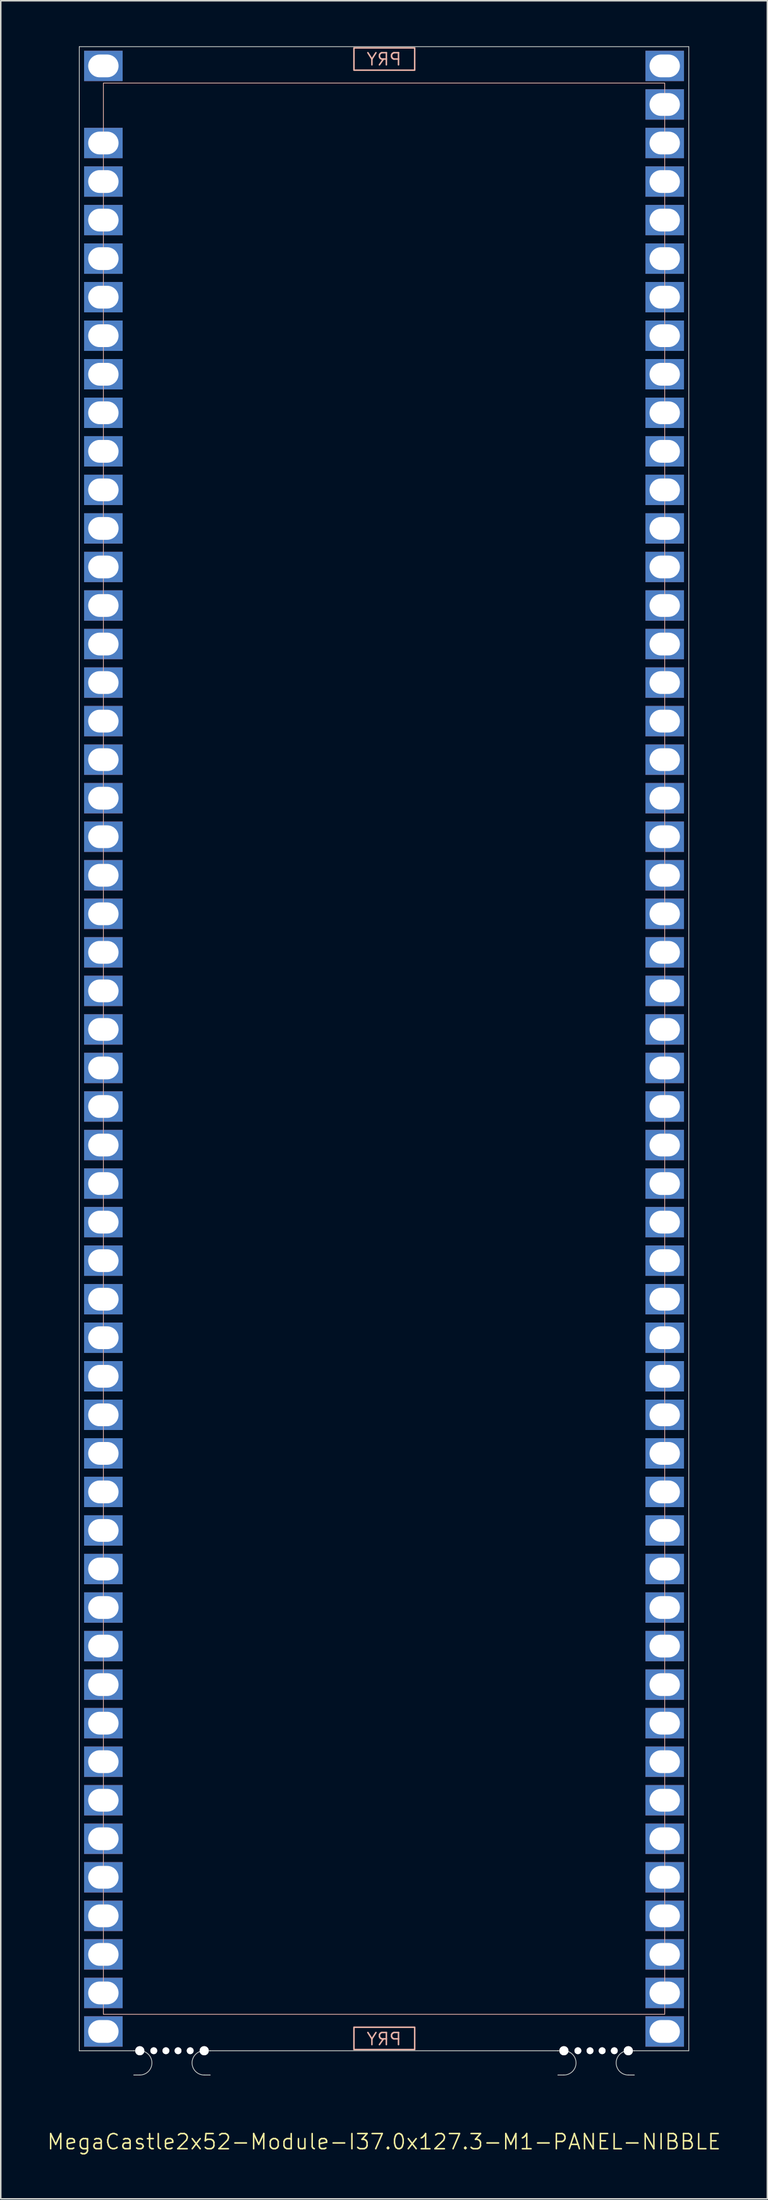
<source format=kicad_pcb>
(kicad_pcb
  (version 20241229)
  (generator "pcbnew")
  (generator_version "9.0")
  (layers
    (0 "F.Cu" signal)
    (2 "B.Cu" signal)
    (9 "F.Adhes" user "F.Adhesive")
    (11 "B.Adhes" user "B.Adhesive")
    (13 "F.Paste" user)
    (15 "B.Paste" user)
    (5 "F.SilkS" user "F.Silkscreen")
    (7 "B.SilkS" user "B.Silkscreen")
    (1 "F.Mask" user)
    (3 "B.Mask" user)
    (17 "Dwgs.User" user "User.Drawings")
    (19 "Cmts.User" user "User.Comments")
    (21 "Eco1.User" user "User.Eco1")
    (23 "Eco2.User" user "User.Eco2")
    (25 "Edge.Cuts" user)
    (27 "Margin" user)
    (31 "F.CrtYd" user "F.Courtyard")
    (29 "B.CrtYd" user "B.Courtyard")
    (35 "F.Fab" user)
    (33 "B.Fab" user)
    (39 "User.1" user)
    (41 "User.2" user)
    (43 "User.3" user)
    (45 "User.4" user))
  (footprint "MegaCastle2x52-Module-I37.0x127.3-M1-PANEL-NIBBLE"
    (layer "F.Cu")
    (at 22.264 66.065)
    (property "Reference" "MegaCastle2x52-Module-I37.0x127.3-M1-PANEL-NIBBLE" (at 0 72.04 0) (unlocked yes) (layer "F.SilkS") (effects (font (size 1 1) (thickness 0.1))))
    (attr smd)
    (fp_rect (start -18.5 63.64) (end 18.5 -63.64) (stroke (width 0.05) (type default)) (fill no) (layer "B.SilkS"))
    (fp_rect (start -1.984 -64.491) (end 2.02 -65.96) (stroke (width 0.1) (type default)) (fill no) (layer "B.SilkS"))
    (fp_rect (start -1.984 64.491) (end 2.02 65.96) (stroke (width 0.1) (type default)) (fill no) (layer "B.SilkS"))
    (fp_line (start -20.087 -66.04) (end -20.087 66.04) (stroke (width 0.05) (type default)) (layer "Edge.Cuts"))
    (fp_line (start -20.087 -66.04) (end 20.087 -66.04) (stroke (width 0.05) (type default)) (layer "Edge.Cuts"))
    (fp_line (start -20.087 66.04) (end -16.5 66.04) (stroke (width 0.05) (type default)) (layer "Edge.Cuts"))
    (fp_line (start -16.5 66.04) (end -16.1 66.04) (stroke (width 0.05) (type default)) (layer "Edge.Cuts"))
    (fp_line (start -16.5 67.64) (end -16.1 67.64) (stroke (width 0.05) (type default)) (layer "Edge.Cuts"))
    (fp_line (start -11.455 66.04) (end -11.855 66.04) (stroke (width 0.05) (type default)) (layer "Edge.Cuts"))
    (fp_line (start -11.455 66.04) (end 11.455 66.04) (stroke (width 0.05) (type default)) (layer "Edge.Cuts"))
    (fp_line (start -11.455 67.64) (end -11.855 67.64) (stroke (width 0.05) (type default)) (layer "Edge.Cuts"))
    (fp_line (start 11.455 66.04) (end 11.855 66.04) (stroke (width 0.05) (type default)) (layer "Edge.Cuts"))
    (fp_line (start 11.455 67.64) (end 11.855 67.64) (stroke (width 0.05) (type default)) (layer "Edge.Cuts"))
    (fp_line (start 16.5 66.04) (end 16.1 66.04) (stroke (width 0.05) (type default)) (layer "Edge.Cuts"))
    (fp_line (start 16.5 66.04) (end 20.087 66.04) (stroke (width 0.05) (type default)) (layer "Edge.Cuts"))
    (fp_line (start 16.5 67.64) (end 16.1 67.64) (stroke (width 0.05) (type default)) (layer "Edge.Cuts"))
    (fp_line (start 20.087 -66.04) (end 20.087 66.04) (stroke (width 0.05) (type default)) (layer "Edge.Cuts"))
    (fp_arc (start -16.1 66.040001) (mid -15.3 66.839996) (end -16.1 67.639999) (stroke (width 0.05) (type default)) (layer "Edge.Cuts"))
    (fp_arc (start -11.855 67.639999) (mid -12.655 66.84) (end -11.855 66.040001) (stroke (width 0.05) (type default)) (layer "Edge.Cuts"))
    (fp_arc (start 11.855 66.040001) (mid 12.655 66.839996) (end 11.855 67.639999) (stroke (width 0.05) (type default)) (layer "Edge.Cuts"))
    (fp_arc (start 16.1 67.639999) (mid 15.300001 66.84) (end 16.1 66.040001) (stroke (width 0.05) (type default)) (layer "Edge.Cuts"))
    (fp_text user "PRY" (at 0 65.74 0) (unlocked yes) (layer "B.SilkS") (effects (font (size 0.8 0.8) (thickness 0.1)) (justify bottom mirror)))
    (fp_text user "PRY" (at 0 -64.74 0) (unlocked yes) (layer "B.SilkS") (effects (font (size 0.8 0.8) (thickness 0.1)) (justify bottom mirror)))
    (pad "" np_thru_hole circle (at -16.1 66.04) (size 0.6 0.6) (drill 0.6) (layers "*.Cu" "Edge.Cuts"))
    (pad "" np_thru_hole circle (at -15.178 66.04) (size 0.45 0.45) (drill 0.45) (layers "*.Cu" "Edge.Cuts"))
    (pad "" np_thru_hole circle (at -14.378 66.04) (size 0.45 0.45) (drill 0.45) (layers "*.Cu" "Edge.Cuts"))
    (pad "" np_thru_hole circle (at -13.578 66.04) (size 0.45 0.45) (drill 0.45) (layers "*.Cu" "Edge.Cuts"))
    (pad "" np_thru_hole circle (at -12.777 66.04) (size 0.45 0.45) (drill 0.45) (layers "*.Cu" "Edge.Cuts"))
    (pad "" np_thru_hole circle (at -11.855 66.04) (size 0.6 0.6) (drill 0.6) (layers "*.Cu" "Edge.Cuts"))
    (pad "" np_thru_hole circle (at 11.855 66.04) (size 0.6 0.6) (drill 0.6) (layers "*.Cu" "Edge.Cuts"))
    (pad "" np_thru_hole circle (at 12.777 66.04) (size 0.45 0.45) (drill 0.45) (layers "*.Cu" "Edge.Cuts"))
    (pad "" np_thru_hole circle (at 13.577 66.04) (size 0.45 0.45) (drill 0.45) (layers "*.Cu" "Edge.Cuts"))
    (pad "" np_thru_hole circle (at 14.377 66.04) (size 0.45 0.45) (drill 0.45) (layers "*.Cu" "Edge.Cuts"))
    (pad "" np_thru_hole circle (at 15.178 66.04) (size 0.45 0.45) (drill 0.45) (layers "*.Cu" "Edge.Cuts"))
    (pad "" np_thru_hole circle (at 16.1 66.04) (size 0.6 0.6) (drill 0.6) (layers "*.Cu" "Edge.Cuts"))
    (pad "1" thru_hole rect (at -18.5 -64.77) (size 2.54 2) (drill oval 2 1.5) (property pad_prop_castellated) (layers "*.Cu" "*.Mask"))
    (pad "3" thru_hole rect (at -18.5 -59.69) (size 2.54 2) (drill oval 2 1.5) (property pad_prop_castellated) (layers "*.Cu" "*.Mask"))
    (pad "4" thru_hole rect (at -18.5 -57.15) (size 2.54 2) (drill oval 2 1.5) (property pad_prop_castellated) (layers "*.Cu" "*.Mask"))
    (pad "5" thru_hole rect (at -18.5 -54.61) (size 2.54 2) (drill oval 2 1.5) (property pad_prop_castellated) (layers "*.Cu" "*.Mask"))
    (pad "6" thru_hole rect (at -18.5 -52.07) (size 2.54 2) (drill oval 2 1.5) (property pad_prop_castellated) (layers "*.Cu" "*.Mask"))
    (pad "7" thru_hole rect (at -18.5 -49.53) (size 2.54 2) (drill oval 2 1.5) (property pad_prop_castellated) (layers "*.Cu" "*.Mask"))
    (pad "8" thru_hole rect (at -18.5 -46.99) (size 2.54 2) (drill oval 2 1.5) (property pad_prop_castellated) (layers "*.Cu" "*.Mask"))
    (pad "9" thru_hole rect (at -18.5 -44.45) (size 2.54 2) (drill oval 2 1.5) (property pad_prop_castellated) (layers "*.Cu" "*.Mask"))
    (pad "10" thru_hole rect (at -18.5 -41.91) (size 2.54 2) (drill oval 2 1.5) (property pad_prop_castellated) (layers "*.Cu" "*.Mask"))
    (pad "11" thru_hole rect (at -18.5 -39.37) (size 2.54 2) (drill oval 2 1.5) (property pad_prop_castellated) (layers "*.Cu" "*.Mask"))
    (pad "12" thru_hole rect (at -18.5 -36.83) (size 2.54 2) (drill oval 2 1.5) (property pad_prop_castellated) (layers "*.Cu" "*.Mask"))
    (pad "13" thru_hole rect (at -18.5 -34.29) (size 2.54 2) (drill oval 2 1.5) (property pad_prop_castellated) (layers "*.Cu" "*.Mask"))
    (pad "14" thru_hole rect (at -18.5 -31.75) (size 2.54 2) (drill oval 2 1.5) (property pad_prop_castellated) (layers "*.Cu" "*.Mask"))
    (pad "15" thru_hole rect (at -18.5 -29.21) (size 2.54 2) (drill oval 2 1.5) (property pad_prop_castellated) (layers "*.Cu" "*.Mask"))
    (pad "16" thru_hole rect (at -18.5 -26.67) (size 2.54 2) (drill oval 2 1.5) (property pad_prop_castellated) (layers "*.Cu" "*.Mask"))
    (pad "17" thru_hole rect (at -18.5 -24.13) (size 2.54 2) (drill oval 2 1.5) (property pad_prop_castellated) (layers "*.Cu" "*.Mask"))
    (pad "18" thru_hole rect (at -18.5 -21.59) (size 2.54 2) (drill oval 2 1.5) (property pad_prop_castellated) (layers "*.Cu" "*.Mask"))
    (pad "19" thru_hole rect (at -18.5 -19.05) (size 2.54 2) (drill oval 2 1.5) (property pad_prop_castellated) (layers "*.Cu" "*.Mask"))
    (pad "20" thru_hole rect (at -18.5 -16.51) (size 2.54 2) (drill oval 2 1.5) (property pad_prop_castellated) (layers "*.Cu" "*.Mask"))
    (pad "21" thru_hole rect (at -18.5 -13.97) (size 2.54 2) (drill oval 2 1.5) (property pad_prop_castellated) (layers "*.Cu" "*.Mask"))
    (pad "22" thru_hole rect (at -18.5 -11.43) (size 2.54 2) (drill oval 2 1.5) (property pad_prop_castellated) (layers "*.Cu" "*.Mask"))
    (pad "23" thru_hole rect (at -18.5 -8.89) (size 2.54 2) (drill oval 2 1.5) (property pad_prop_castellated) (layers "*.Cu" "*.Mask"))
    (pad "24" thru_hole rect (at -18.5 -6.35) (size 2.54 2) (drill oval 2 1.5) (property pad_prop_castellated) (layers "*.Cu" "*.Mask"))
    (pad "25" thru_hole rect (at -18.5 -3.81) (size 2.54 2) (drill oval 2 1.5) (property pad_prop_castellated) (layers "*.Cu" "*.Mask"))
    (pad "26" thru_hole rect (at -18.5 -1.27) (size 2.54 2) (drill oval 2 1.5) (property pad_prop_castellated) (layers "*.Cu" "*.Mask"))
    (pad "27" thru_hole rect (at -18.5 1.27) (size 2.54 2) (drill oval 2 1.5) (property pad_prop_castellated) (layers "*.Cu" "*.Mask"))
    (pad "28" thru_hole rect (at -18.5 3.81) (size 2.54 2) (drill oval 2 1.5) (property pad_prop_castellated) (layers "*.Cu" "*.Mask"))
    (pad "29" thru_hole rect (at -18.5 6.35) (size 2.54 2) (drill oval 2 1.5) (property pad_prop_castellated) (layers "*.Cu" "*.Mask"))
    (pad "30" thru_hole rect (at -18.5 8.89) (size 2.54 2) (drill oval 2 1.5) (property pad_prop_castellated) (layers "*.Cu" "*.Mask"))
    (pad "31" thru_hole rect (at -18.5 11.43) (size 2.54 2) (drill oval 2 1.5) (property pad_prop_castellated) (layers "*.Cu" "*.Mask"))
    (pad "32" thru_hole rect (at -18.5 13.97) (size 2.54 2) (drill oval 2 1.5) (property pad_prop_castellated) (layers "*.Cu" "*.Mask"))
    (pad "33" thru_hole rect (at -18.5 16.51) (size 2.54 2) (drill oval 2 1.5) (property pad_prop_castellated) (layers "*.Cu" "*.Mask"))
    (pad "34" thru_hole rect (at -18.5 19.05) (size 2.54 2) (drill oval 2 1.5) (property pad_prop_castellated) (layers "*.Cu" "*.Mask"))
    (pad "35" thru_hole rect (at -18.5 21.59) (size 2.54 2) (drill oval 2 1.5) (property pad_prop_castellated) (layers "*.Cu" "*.Mask"))
    (pad "36" thru_hole rect (at -18.5 24.13) (size 2.54 2) (drill oval 2 1.5) (property pad_prop_castellated) (layers "*.Cu" "*.Mask"))
    (pad "37" thru_hole rect (at -18.5 26.67) (size 2.54 2) (drill oval 2 1.5) (property pad_prop_castellated) (layers "*.Cu" "*.Mask"))
    (pad "38" thru_hole rect (at -18.5 29.21) (size 2.54 2) (drill oval 2 1.5) (property pad_prop_castellated) (layers "*.Cu" "*.Mask"))
    (pad "39" thru_hole rect (at -18.5 31.75) (size 2.54 2) (drill oval 2 1.5) (property pad_prop_castellated) (layers "*.Cu" "*.Mask"))
    (pad "40" thru_hole rect (at -18.5 34.29) (size 2.54 2) (drill oval 2 1.5) (property pad_prop_castellated) (layers "*.Cu" "*.Mask"))
    (pad "41" thru_hole rect (at -18.5 36.83) (size 2.54 2) (drill oval 2 1.5) (property pad_prop_castellated) (layers "*.Cu" "*.Mask"))
    (pad "42" thru_hole rect (at -18.5 39.37) (size 2.54 2) (drill oval 2 1.5) (property pad_prop_castellated) (layers "*.Cu" "*.Mask"))
    (pad "43" thru_hole rect (at -18.5 41.91) (size 2.54 2) (drill oval 2 1.5) (property pad_prop_castellated) (layers "*.Cu" "*.Mask"))
    (pad "44" thru_hole rect (at -18.5 44.45) (size 2.54 2) (drill oval 2 1.5) (property pad_prop_castellated) (layers "*.Cu" "*.Mask"))
    (pad "45" thru_hole rect (at -18.5 46.99) (size 2.54 2) (drill oval 2 1.5) (property pad_prop_castellated) (layers "*.Cu" "*.Mask"))
    (pad "46" thru_hole rect (at -18.5 49.53) (size 2.54 2) (drill oval 2 1.5) (property pad_prop_castellated) (layers "*.Cu" "*.Mask"))
    (pad "47" thru_hole rect (at -18.5 52.07) (size 2.54 2) (drill oval 2 1.5) (property pad_prop_castellated) (layers "*.Cu" "*.Mask"))
    (pad "48" thru_hole rect (at -18.5 54.61) (size 2.54 2) (drill oval 2 1.5) (property pad_prop_castellated) (layers "*.Cu" "*.Mask"))
    (pad "49" thru_hole rect (at -18.5 57.15) (size 2.54 2) (drill oval 2 1.5) (property pad_prop_castellated) (layers "*.Cu" "*.Mask"))
    (pad "50" thru_hole rect (at -18.5 59.69) (size 2.54 2) (drill oval 2 1.5) (property pad_prop_castellated) (layers "*.Cu" "*.Mask"))
    (pad "51" thru_hole rect (at -18.5 62.23) (size 2.54 2) (drill oval 2 1.5) (property pad_prop_castellated) (layers "*.Cu" "*.Mask"))
    (pad "52" thru_hole rect (at -18.5 64.77) (size 2.54 2) (drill oval 2 1.5) (property pad_prop_castellated) (layers "*.Cu" "*.Mask"))
    (pad "53" thru_hole rect (at 18.5 -64.77) (size 2.54 2) (drill oval 2 1.5) (property pad_prop_castellated) (layers "*.Cu" "*.Mask"))
    (pad "54" thru_hole rect (at 18.5 -62.23) (size 2.54 2) (drill oval 2 1.5) (property pad_prop_castellated) (layers "*.Cu" "*.Mask"))
    (pad "55" thru_hole rect (at 18.5 -59.69) (size 2.54 2) (drill oval 2 1.5) (property pad_prop_castellated) (layers "*.Cu" "*.Mask"))
    (pad "56" thru_hole rect (at 18.5 -57.15) (size 2.54 2) (drill oval 2 1.5) (property pad_prop_castellated) (layers "*.Cu" "*.Mask"))
    (pad "57" thru_hole rect (at 18.5 -54.61) (size 2.54 2) (drill oval 2 1.5) (property pad_prop_castellated) (layers "*.Cu" "*.Mask"))
    (pad "58" thru_hole rect (at 18.5 -52.07) (size 2.54 2) (drill oval 2 1.5) (property pad_prop_castellated) (layers "*.Cu" "*.Mask"))
    (pad "59" thru_hole rect (at 18.5 -49.53) (size 2.54 2) (drill oval 2 1.5) (property pad_prop_castellated) (layers "*.Cu" "*.Mask"))
    (pad "60" thru_hole rect (at 18.5 -46.99) (size 2.54 2) (drill oval 2 1.5) (property pad_prop_castellated) (layers "*.Cu" "*.Mask"))
    (pad "61" thru_hole rect (at 18.5 -44.45) (size 2.54 2) (drill oval 2 1.5) (property pad_prop_castellated) (layers "*.Cu" "*.Mask"))
    (pad "62" thru_hole rect (at 18.5 -41.91) (size 2.54 2) (drill oval 2 1.5) (property pad_prop_castellated) (layers "*.Cu" "*.Mask"))
    (pad "63" thru_hole rect (at 18.5 -39.37) (size 2.54 2) (drill oval 2 1.5) (property pad_prop_castellated) (layers "*.Cu" "*.Mask"))
    (pad "64" thru_hole rect (at 18.5 -36.83) (size 2.54 2) (drill oval 2 1.5) (property pad_prop_castellated) (layers "*.Cu" "*.Mask"))
    (pad "65" thru_hole rect (at 18.5 -34.29) (size 2.54 2) (drill oval 2 1.5) (property pad_prop_castellated) (layers "*.Cu" "*.Mask"))
    (pad "66" thru_hole rect (at 18.5 -31.75) (size 2.54 2) (drill oval 2 1.5) (property pad_prop_castellated) (layers "*.Cu" "*.Mask"))
    (pad "67" thru_hole rect (at 18.5 -29.21) (size 2.54 2) (drill oval 2 1.5) (property pad_prop_castellated) (layers "*.Cu" "*.Mask"))
    (pad "68" thru_hole rect (at 18.5 -26.67) (size 2.54 2) (drill oval 2 1.5) (property pad_prop_castellated) (layers "*.Cu" "*.Mask"))
    (pad "69" thru_hole rect (at 18.5 -24.13) (size 2.54 2) (drill oval 2 1.5) (property pad_prop_castellated) (layers "*.Cu" "*.Mask"))
    (pad "70" thru_hole rect (at 18.5 -21.59) (size 2.54 2) (drill oval 2 1.5) (property pad_prop_castellated) (layers "*.Cu" "*.Mask"))
    (pad "71" thru_hole rect (at 18.5 -19.05) (size 2.54 2) (drill oval 2 1.5) (property pad_prop_castellated) (layers "*.Cu" "*.Mask"))
    (pad "72" thru_hole rect (at 18.5 -16.51) (size 2.54 2) (drill oval 2 1.5) (property pad_prop_castellated) (layers "*.Cu" "*.Mask"))
    (pad "73" thru_hole rect (at 18.5 -13.97) (size 2.54 2) (drill oval 2 1.5) (property pad_prop_castellated) (layers "*.Cu" "*.Mask"))
    (pad "74" thru_hole rect (at 18.5 -11.43) (size 2.54 2) (drill oval 2 1.5) (property pad_prop_castellated) (layers "*.Cu" "*.Mask"))
    (pad "75" thru_hole rect (at 18.5 -8.89) (size 2.54 2) (drill oval 2 1.5) (property pad_prop_castellated) (layers "*.Cu" "*.Mask"))
    (pad "76" thru_hole rect (at 18.5 -6.35) (size 2.54 2) (drill oval 2 1.5) (property pad_prop_castellated) (layers "*.Cu" "*.Mask"))
    (pad "77" thru_hole rect (at 18.5 -3.81) (size 2.54 2) (drill oval 2 1.5) (property pad_prop_castellated) (layers "*.Cu" "*.Mask"))
    (pad "78" thru_hole rect (at 18.5 -1.27) (size 2.54 2) (drill oval 2 1.5) (property pad_prop_castellated) (layers "*.Cu" "*.Mask"))
    (pad "79" thru_hole rect (at 18.5 1.27) (size 2.54 2) (drill oval 2 1.5) (property pad_prop_castellated) (layers "*.Cu" "*.Mask"))
    (pad "80" thru_hole rect (at 18.5 3.81) (size 2.54 2) (drill oval 2 1.5) (property pad_prop_castellated) (layers "*.Cu" "*.Mask"))
    (pad "81" thru_hole rect (at 18.5 6.35) (size 2.54 2) (drill oval 2 1.5) (property pad_prop_castellated) (layers "*.Cu" "*.Mask"))
    (pad "82" thru_hole rect (at 18.5 8.89) (size 2.54 2) (drill oval 2 1.5) (property pad_prop_castellated) (layers "*.Cu" "*.Mask"))
    (pad "83" thru_hole rect (at 18.5 11.43) (size 2.54 2) (drill oval 2 1.5) (property pad_prop_castellated) (layers "*.Cu" "*.Mask"))
    (pad "84" thru_hole rect (at 18.5 13.97) (size 2.54 2) (drill oval 2 1.5) (property pad_prop_castellated) (layers "*.Cu" "*.Mask"))
    (pad "85" thru_hole rect (at 18.5 16.51) (size 2.54 2) (drill oval 2 1.5) (property pad_prop_castellated) (layers "*.Cu" "*.Mask"))
    (pad "86" thru_hole rect (at 18.5 19.05) (size 2.54 2) (drill oval 2 1.5) (property pad_prop_castellated) (layers "*.Cu" "*.Mask"))
    (pad "87" thru_hole rect (at 18.5 21.59) (size 2.54 2) (drill oval 2 1.5) (property pad_prop_castellated) (layers "*.Cu" "*.Mask"))
    (pad "88" thru_hole rect (at 18.5 24.13) (size 2.54 2) (drill oval 2 1.5) (property pad_prop_castellated) (layers "*.Cu" "*.Mask"))
    (pad "89" thru_hole rect (at 18.5 26.67) (size 2.54 2) (drill oval 2 1.5) (property pad_prop_castellated) (layers "*.Cu" "*.Mask"))
    (pad "90" thru_hole rect (at 18.5 29.21) (size 2.54 2) (drill oval 2 1.5) (property pad_prop_castellated) (layers "*.Cu" "*.Mask"))
    (pad "91" thru_hole rect (at 18.5 31.75) (size 2.54 2) (drill oval 2 1.5) (property pad_prop_castellated) (layers "*.Cu" "*.Mask"))
    (pad "92" thru_hole rect (at 18.5 34.29) (size 2.54 2) (drill oval 2 1.5) (property pad_prop_castellated) (layers "*.Cu" "*.Mask"))
    (pad "93" thru_hole rect (at 18.5 36.83) (size 2.54 2) (drill oval 2 1.5) (property pad_prop_castellated) (layers "*.Cu" "*.Mask"))
    (pad "94" thru_hole rect (at 18.5 39.37) (size 2.54 2) (drill oval 2 1.5) (property pad_prop_castellated) (layers "*.Cu" "*.Mask"))
    (pad "95" thru_hole rect (at 18.5 41.91) (size 2.54 2) (drill oval 2 1.5) (property pad_prop_castellated) (layers "*.Cu" "*.Mask"))
    (pad "96" thru_hole rect (at 18.5 44.45) (size 2.54 2) (drill oval 2 1.5) (property pad_prop_castellated) (layers "*.Cu" "*.Mask"))
    (pad "97" thru_hole rect (at 18.5 46.99) (size 2.54 2) (drill oval 2 1.5) (property pad_prop_castellated) (layers "*.Cu" "*.Mask"))
    (pad "98" thru_hole rect (at 18.5 49.53) (size 2.54 2) (drill oval 2 1.5) (property pad_prop_castellated) (layers "*.Cu" "*.Mask"))
    (pad "99" thru_hole rect (at 18.5 52.07) (size 2.54 2) (drill oval 2 1.5) (property pad_prop_castellated) (layers "*.Cu" "*.Mask"))
    (pad "100" thru_hole rect (at 18.5 54.61) (size 2.54 2) (drill oval 2 1.5) (property pad_prop_castellated) (layers "*.Cu" "*.Mask"))
    (pad "101" thru_hole rect (at 18.5 57.15) (size 2.54 2) (drill oval 2 1.5) (property pad_prop_castellated) (layers "*.Cu" "*.Mask"))
    (pad "102" thru_hole rect (at 18.5 59.69) (size 2.54 2) (drill oval 2 1.5) (property pad_prop_castellated) (layers "*.Cu" "*.Mask"))
    (pad "103" thru_hole rect (at 18.5 62.23) (size 2.54 2) (drill oval 2 1.5) (property pad_prop_castellated) (layers "*.Cu" "*.Mask"))
    (pad "104" thru_hole rect (at 18.5 64.77) (size 2.54 2) (drill oval 2 1.5) (property pad_prop_castellated) (layers "*.Cu" "*.Mask"))
    (zone (net_name "") (layer "B.Cu") (hatch edge 0.5) (connect_pads) (min_thickness 0.25) (filled_areas_thickness no) (keepout (tracks allowed) (vias allowed) (pads allowed) (copperpour allowed) (footprints not_allowed)) (placement (enabled no)) (fill) (polygon (pts (xy 3.764 132.105) (xy 3.764 0.025))))
    (zone (net_name "") (layer "B.Cu") (hatch edge 0.5) (connect_pads) (min_thickness 0.25) (filled_areas_thickness no) (keepout (tracks allowed) (vias allowed) (pads allowed) (copperpour allowed) (footprints not_allowed)) (placement (enabled no)) (fill) (polygon (pts (xy 40.764 132.105) (xy 40.764 0.025))))
    (zone (net_name "") (layer "B.Cu") (hatch edge 0.5) (connect_pads) (min_thickness 0.25) (filled_areas_thickness no) (keepout (tracks allowed) (vias allowed) (pads allowed) (copperpour allowed) (footprints not_allowed)) (placement (enabled no)) (fill) (polygon (pts (xy 3.764 0.025) (xy 3.764 2.425) (xy 40.764 2.425) (xy 40.764 0.025))))
    (zone (net_name "") (layer "B.Cu") (hatch edge 0.5) (connect_pads) (min_thickness 0.25) (filled_areas_thickness no) (keepout (tracks allowed) (vias allowed) (pads allowed) (copperpour allowed) (footprints not_allowed)) (placement (enabled no)) (fill) (polygon (pts (xy 3.764 132.105) (xy 3.764 129.705) (xy 40.764 129.705) (xy 40.764 132.105))))
    (zone (net_name "") (layer "B.Cu") (name "Upper Pry Zone") (hatch edge 0.5) (connect_pads) (min_thickness 0.25) (filled_areas_thickness no) (keepout (tracks not_allowed) (vias not_allowed) (pads not_allowed) (copperpour allowed) (footprints not_allowed)) (placement (enabled no)) (fill) (polygon (pts (xy 20.28 1.574) (xy 20.28 0.105) (xy 24.284 0.105) (xy 24.284 1.574))))
    (zone (net_name "") (layer "B.Cu") (name "Upper Pry Zone") (hatch edge 0.5) (connect_pads) (min_thickness 0.25) (filled_areas_thickness no) (keepout (tracks not_allowed) (vias not_allowed) (pads not_allowed) (copperpour allowed) (footprints not_allowed)) (placement (enabled no)) (fill) (polygon (pts (xy 20.28 130.556) (xy 20.28 132.025) (xy 24.284 132.025) (xy 24.284 130.556)))))
  (gr_rect
    (start -3 -3)
    (end 47.529 141.866)
    (stroke (width 0.1) (type default))
    (fill no)
    (layer "Edge.Cuts")))
</source>
